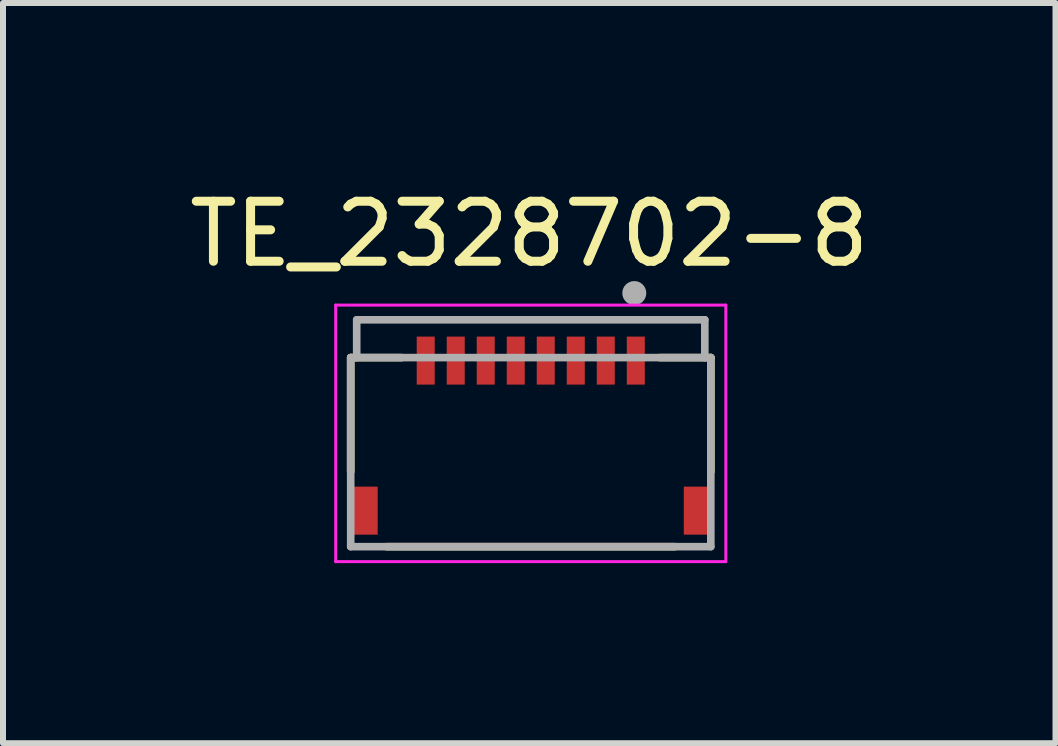
<source format=kicad_pcb>
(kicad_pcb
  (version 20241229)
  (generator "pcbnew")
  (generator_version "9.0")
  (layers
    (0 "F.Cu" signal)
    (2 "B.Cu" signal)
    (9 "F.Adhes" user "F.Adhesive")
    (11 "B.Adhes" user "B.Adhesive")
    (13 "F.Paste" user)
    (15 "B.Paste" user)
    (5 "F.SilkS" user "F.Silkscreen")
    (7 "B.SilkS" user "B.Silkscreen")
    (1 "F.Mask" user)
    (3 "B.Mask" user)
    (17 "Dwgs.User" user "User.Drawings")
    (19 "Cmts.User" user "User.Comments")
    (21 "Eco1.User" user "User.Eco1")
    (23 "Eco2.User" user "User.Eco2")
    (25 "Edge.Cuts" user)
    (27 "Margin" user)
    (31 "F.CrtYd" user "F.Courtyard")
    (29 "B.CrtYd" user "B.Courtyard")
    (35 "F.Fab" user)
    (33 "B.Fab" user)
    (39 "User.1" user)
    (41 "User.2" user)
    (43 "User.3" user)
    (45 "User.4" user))
  (footprint "TE_2328702-8"
    (layer "F.Cu")
    (at 7.543 2.958)
    (property "Reference" "TE_2328702-8" (at -1.775 -2.11 0) (layer "F.SilkS") (effects (font (size 1 1) (thickness 0.15))))
    (attr smd)
    (fp_line (start -4.75 -0.05) (end -4.75 1.85) (stroke (width 0.127) (type solid)) (layer "F.SilkS"))
    (fp_line (start -4.15 3.1) (end 0.65 3.1) (stroke (width 0.127) (type solid)) (layer "F.SilkS"))
    (fp_line (start -3.9 -0.05) (end -4.75 -0.05) (stroke (width 0.127) (type solid)) (layer "F.SilkS"))
    (fp_line (start 0.4 -0.05) (end 1.25 -0.05) (stroke (width 0.127) (type solid)) (layer "F.SilkS"))
    (fp_line (start 1.25 -0.05) (end 1.25 1.85) (stroke (width 0.127) (type solid)) (layer "F.SilkS"))
    (fp_line (start -5 -0.925) (end 1.5 -0.925) (stroke (width 0.05) (type solid)) (layer "F.CrtYd"))
    (fp_line (start -5 3.35) (end -5 -0.925) (stroke (width 0.05) (type solid)) (layer "F.CrtYd"))
    (fp_line (start 1.5 -0.925) (end 1.5 3.35) (stroke (width 0.05) (type solid)) (layer "F.CrtYd"))
    (fp_line (start 1.5 3.35) (end -5 3.35) (stroke (width 0.05) (type solid)) (layer "F.CrtYd"))
    (fp_line (start -4.75 -0.05) (end -4.65 -0.05) (stroke (width 0.127) (type solid)) (layer "F.Fab"))
    (fp_line (start -4.75 3.1) (end -4.75 -0.05) (stroke (width 0.127) (type solid)) (layer "F.Fab"))
    (fp_line (start -4.65 -0.68) (end 1.15 -0.68) (stroke (width 0.127) (type solid)) (layer "F.Fab"))
    (fp_line (start -4.65 -0.05) (end -4.65 -0.68) (stroke (width 0.127) (type solid)) (layer "F.Fab"))
    (fp_line (start -4.65 -0.05) (end 1.15 -0.05) (stroke (width 0.127) (type solid)) (layer "F.Fab"))
    (fp_line (start 1.15 -0.68) (end 1.15 -0.05) (stroke (width 0.127) (type solid)) (layer "F.Fab"))
    (fp_line (start 1.15 -0.05) (end 1.25 -0.05) (stroke (width 0.127) (type solid)) (layer "F.Fab"))
    (fp_line (start 1.25 -0.05) (end 1.25 3.1) (stroke (width 0.127) (type solid)) (layer "F.Fab"))
    (fp_line (start 1.25 3.1) (end -4.75 3.1) (stroke (width 0.127) (type solid)) (layer "F.Fab"))
    (fp_circle (center -0.025 -1.125) (end 0.075 -1.125) (stroke (width 0.2) (type solid)) (fill no) (layer "F.Fab"))
    (pad "1" smd rect (at -3.5 0) (size 0.3 0.8) (layers "F.Cu" "F.Mask" "F.Paste"))
    (pad "2" smd rect (at -3 0) (size 0.3 0.8) (layers "F.Cu" "F.Mask" "F.Paste"))
    (pad "3" smd rect (at -2.5 0) (size 0.3 0.8) (layers "F.Cu" "F.Mask" "F.Paste"))
    (pad "4" smd rect (at -2 0) (size 0.3 0.8) (layers "F.Cu" "F.Mask" "F.Paste"))
    (pad "5" smd rect (at -1.5 0) (size 0.3 0.8) (layers "F.Cu" "F.Mask" "F.Paste"))
    (pad "6" smd rect (at -1 0) (size 0.3 0.8) (layers "F.Cu" "F.Mask" "F.Paste"))
    (pad "7" smd rect (at -0.5 0) (size 0.3 0.8) (layers "F.Cu" "F.Mask" "F.Paste"))
    (pad "8" smd rect (at 0 0) (size 0.3 0.8) (layers "F.Cu" "F.Mask" "F.Paste"))
    (pad "S1" smd rect (at -4.5 2.5) (size 0.4 0.8) (layers "F.Cu" "F.Mask" "F.Paste"))
    (pad "S2" smd rect (at 1 2.5) (size 0.4 0.8) (layers "F.Cu" "F.Mask" "F.Paste")))
  (gr_rect
    (start -3 -3)
    (end 14.536 9.333)
    (stroke (width 0.1) (type default))
    (fill no)
    (layer "Edge.Cuts")))
</source>
